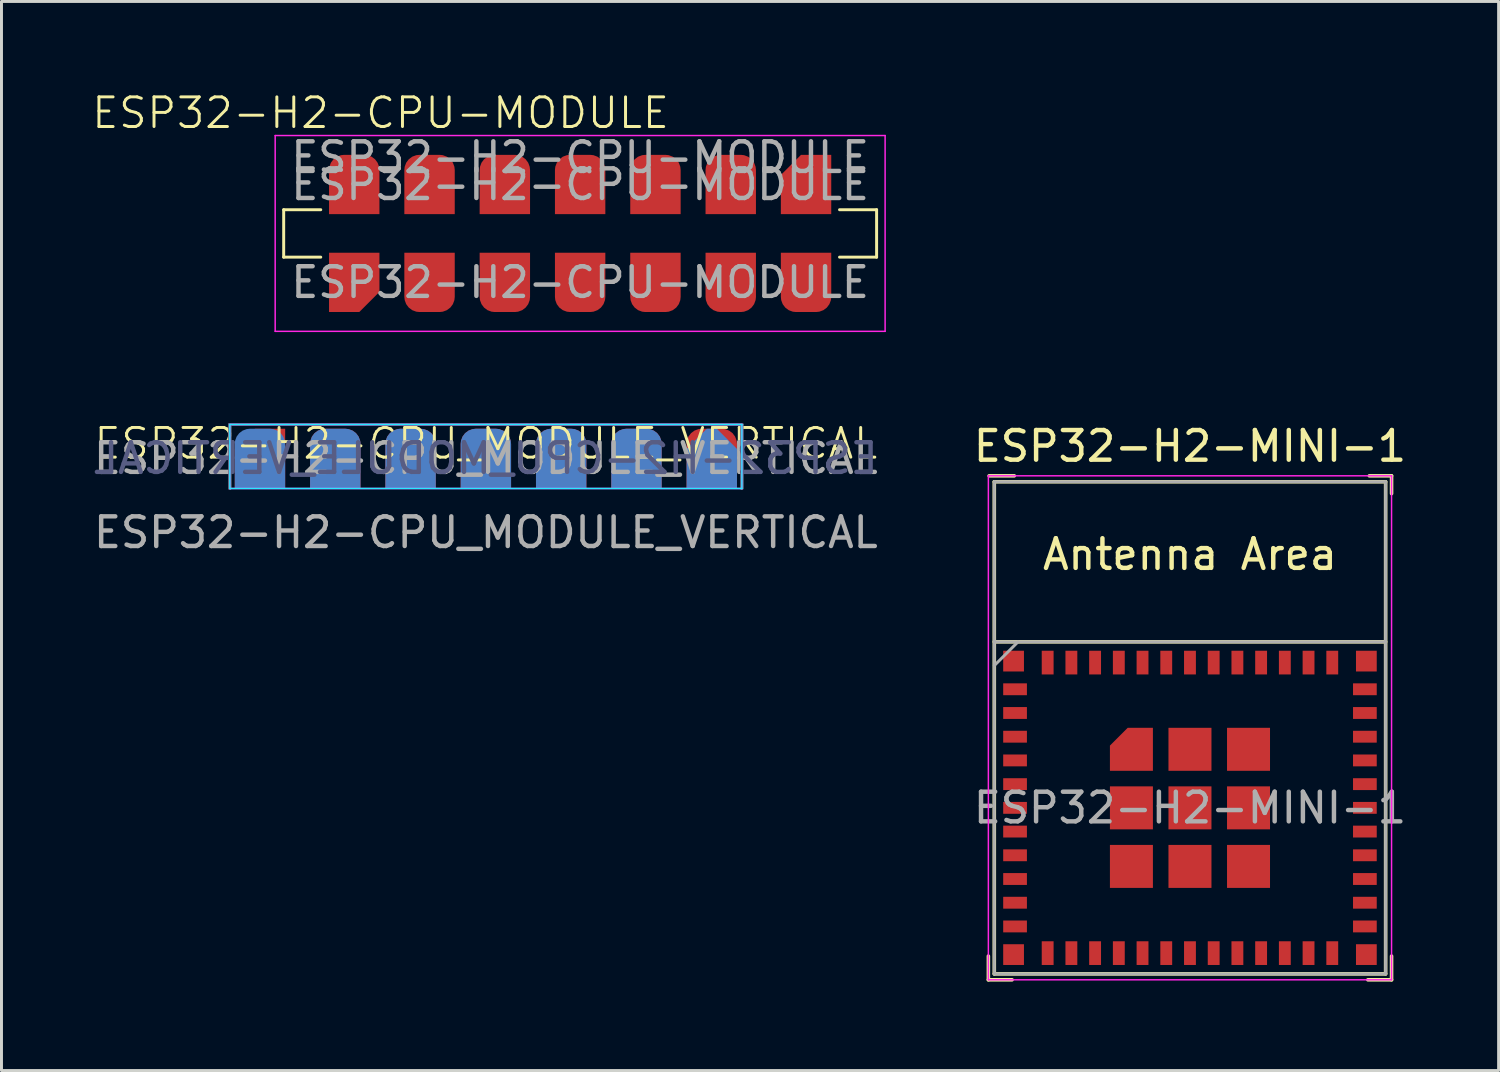
<source format=kicad_pcb>
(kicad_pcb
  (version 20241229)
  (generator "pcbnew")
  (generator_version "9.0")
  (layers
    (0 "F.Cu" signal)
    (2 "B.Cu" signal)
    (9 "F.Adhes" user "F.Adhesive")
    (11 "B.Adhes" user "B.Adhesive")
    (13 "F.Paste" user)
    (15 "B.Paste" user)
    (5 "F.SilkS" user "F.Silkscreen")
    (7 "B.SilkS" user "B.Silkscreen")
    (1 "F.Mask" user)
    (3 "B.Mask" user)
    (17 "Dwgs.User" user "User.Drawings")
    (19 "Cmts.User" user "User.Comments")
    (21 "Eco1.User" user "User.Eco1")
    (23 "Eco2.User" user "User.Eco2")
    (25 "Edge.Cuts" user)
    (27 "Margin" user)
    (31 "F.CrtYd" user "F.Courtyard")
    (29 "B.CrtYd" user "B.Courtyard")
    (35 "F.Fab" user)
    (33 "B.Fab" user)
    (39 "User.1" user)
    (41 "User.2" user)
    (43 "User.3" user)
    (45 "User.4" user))
  (footprint "ESP32-H2-MINI-1"
    (layer "F.Cu")
    (at 37.089 21.5)
    (property "Reference" "ESP32-H2-MINI-1" (at 0 -9.5 0) (layer "F.SilkS") (effects (font (size 1 1) (thickness 0.15))))
    (attr smd)
    (fp_line (start -6.8 7.7) (end -6.8 8.5) (stroke (width 0.12) (type solid)) (layer "F.SilkS"))
    (fp_line (start -6.8 8.5) (end -6 8.5) (stroke (width 0.12) (type solid)) (layer "F.SilkS"))
    (fp_line (start -6.6 -8.3) (end 6.6 -8.3) (stroke (width 0.12) (type solid)) (layer "F.SilkS"))
    (fp_line (start -6.6 -2.9) (end 6.6 -2.9) (stroke (width 0.12) (type solid)) (layer "F.SilkS"))
    (fp_line (start -6.6 8.3) (end -6.6 -8.3) (stroke (width 0.12) (type solid)) (layer "F.SilkS"))
    (fp_line (start -5.925 -8.5) (end -6.775 -8.5) (stroke (width 0.12) (type solid)) (layer "F.SilkS"))
    (fp_line (start 6.05 -8.5) (end 6.8 -8.5) (stroke (width 0.12) (type solid)) (layer "F.SilkS"))
    (fp_line (start 6.6 -8.3) (end 6.6 8.3) (stroke (width 0.12) (type solid)) (layer "F.SilkS"))
    (fp_line (start 6.6 8.3) (end -6.6 8.3) (stroke (width 0.12) (type solid)) (layer "F.SilkS"))
    (fp_line (start 6.8 -8.5) (end 6.8 -7.9) (stroke (width 0.12) (type solid)) (layer "F.SilkS"))
    (fp_line (start 6.8 7.7) (end 6.8 8.5) (stroke (width 0.12) (type solid)) (layer "F.SilkS"))
    (fp_line (start 6.8 8.5) (end 6 8.5) (stroke (width 0.12) (type solid)) (layer "F.SilkS"))
    (fp_line (start -6.8 -8.5) (end 6.8 -8.5) (stroke (width 0.05) (type solid)) (layer "F.CrtYd"))
    (fp_line (start -6.8 8.5) (end -6.8 -8.5) (stroke (width 0.05) (type solid)) (layer "F.CrtYd"))
    (fp_line (start 6.8 -8.5) (end 6.8 8.5) (stroke (width 0.05) (type solid)) (layer "F.CrtYd"))
    (fp_line (start 6.8 8.5) (end -6.8 8.5) (stroke (width 0.05) (type solid)) (layer "F.CrtYd"))
    (fp_line (start -6.6 8.3) (end -6.6 -8.3) (stroke (width 0.1) (type solid)) (layer "F.Fab"))
    (fp_line (start -6.6 8.3) (end 6.6 8.3) (stroke (width 0.1) (type solid)) (layer "F.Fab"))
    (fp_line (start -5.8 -2.9) (end -6.6 -2.1) (stroke (width 0.1) (type solid)) (layer "F.Fab"))
    (fp_line (start 6.6 -8.3) (end -6.6 -8.3) (stroke (width 0.1) (type solid)) (layer "F.Fab"))
    (fp_line (start 6.6 -2.9) (end -6.6 -2.9) (stroke (width 0.1) (type solid)) (layer "F.Fab"))
    (fp_line (start 6.6 8.3) (end 6.6 -8.3) (stroke (width 0.1) (type solid)) (layer "F.Fab"))
    (fp_text user "Antenna Area" (at 0 -5.85 0) (layer "F.SilkS") (effects (font (size 1 1) (thickness 0.15))))
    (fp_text user "${REFERENCE}" (at 0 2.7 0) (layer "F.Fab") (effects (font (size 1 1) (thickness 0.15))))
    (pad "1" smd rect (at -5.9 -1.3 90) (size 0.4 0.8) (layers "F.Cu" "F.Mask" "F.Paste"))
    (pad "2" smd rect (at -5.9 -0.5 90) (size 0.4 0.8) (layers "F.Cu" "F.Mask" "F.Paste"))
    (pad "3" smd rect (at -5.9 0.3 90) (size 0.4 0.8) (layers "F.Cu" "F.Mask" "F.Paste"))
    (pad "4" smd rect (at -5.9 1.1 90) (size 0.4 0.8) (layers "F.Cu" "F.Mask" "F.Paste"))
    (pad "5" smd rect (at -5.9 1.9 90) (size 0.4 0.8) (layers "F.Cu" "F.Mask" "F.Paste"))
    (pad "6" smd rect (at -5.9 2.7 90) (size 0.4 0.8) (layers "F.Cu" "F.Mask" "F.Paste"))
    (pad "7" smd rect (at -5.9 3.5 90) (size 0.4 0.8) (layers "F.Cu" "F.Mask" "F.Paste"))
    (pad "8" smd rect (at -5.9 4.3 90) (size 0.4 0.8) (layers "F.Cu" "F.Mask" "F.Paste"))
    (pad "9" smd rect (at -5.9 5.1 90) (size 0.4 0.8) (layers "F.Cu" "F.Mask" "F.Paste"))
    (pad "10" smd rect (at -5.9 5.9 90) (size 0.4 0.8) (layers "F.Cu" "F.Mask" "F.Paste"))
    (pad "11" smd rect (at -5.9 6.7 90) (size 0.4 0.8) (layers "F.Cu" "F.Mask" "F.Paste"))
    (pad "12" smd rect (at -4.8 7.6) (size 0.4 0.8) (layers "F.Cu" "F.Mask" "F.Paste"))
    (pad "13" smd rect (at -4 7.6) (size 0.4 0.8) (layers "F.Cu" "F.Mask" "F.Paste"))
    (pad "14" smd rect (at -3.2 7.6) (size 0.4 0.8) (layers "F.Cu" "F.Mask" "F.Paste"))
    (pad "15" smd rect (at -2.4 7.6) (size 0.4 0.8) (layers "F.Cu" "F.Mask" "F.Paste"))
    (pad "16" smd rect (at -1.6 7.6) (size 0.4 0.8) (layers "F.Cu" "F.Mask" "F.Paste"))
    (pad "17" smd rect (at -0.8 7.6) (size 0.4 0.8) (layers "F.Cu" "F.Mask" "F.Paste"))
    (pad "18" smd rect (at 0 7.6) (size 0.4 0.8) (layers "F.Cu" "F.Mask" "F.Paste"))
    (pad "19" smd rect (at 0.8 7.6) (size 0.4 0.8) (layers "F.Cu" "F.Mask" "F.Paste"))
    (pad "20" smd rect (at 1.6 7.6) (size 0.4 0.8) (layers "F.Cu" "F.Mask" "F.Paste"))
    (pad "21" smd rect (at 2.4 7.6) (size 0.4 0.8) (layers "F.Cu" "F.Mask" "F.Paste"))
    (pad "22" smd rect (at 3.2 7.6) (size 0.4 0.8) (layers "F.Cu" "F.Mask" "F.Paste"))
    (pad "23" smd rect (at 4 7.6) (size 0.4 0.8) (layers "F.Cu" "F.Mask" "F.Paste"))
    (pad "24" smd rect (at 4.8 7.6) (size 0.4 0.8) (layers "F.Cu" "F.Mask" "F.Paste"))
    (pad "25" smd rect (at 5.9 6.7 90) (size 0.4 0.8) (layers "F.Cu" "F.Mask" "F.Paste"))
    (pad "26" smd rect (at 5.9 5.9 90) (size 0.4 0.8) (layers "F.Cu" "F.Mask" "F.Paste"))
    (pad "27" smd rect (at 5.9 5.1 90) (size 0.4 0.8) (layers "F.Cu" "F.Mask" "F.Paste"))
    (pad "28" smd rect (at 5.9 4.3 90) (size 0.4 0.8) (layers "F.Cu" "F.Mask" "F.Paste"))
    (pad "29" smd rect (at 5.9 3.5 90) (size 0.4 0.8) (layers "F.Cu" "F.Mask" "F.Paste"))
    (pad "30" smd rect (at 5.9 2.7 90) (size 0.4 0.8) (layers "F.Cu" "F.Mask" "F.Paste"))
    (pad "31" smd rect (at 5.9 1.9 90) (size 0.4 0.8) (layers "F.Cu" "F.Mask" "F.Paste"))
    (pad "32" smd rect (at 5.9 1.1 90) (size 0.4 0.8) (layers "F.Cu" "F.Mask" "F.Paste"))
    (pad "33" smd rect (at 5.9 0.3 90) (size 0.4 0.8) (layers "F.Cu" "F.Mask" "F.Paste"))
    (pad "34" smd rect (at 5.9 -0.5 90) (size 0.4 0.8) (layers "F.Cu" "F.Mask" "F.Paste"))
    (pad "35" smd rect (at 5.9 -1.3 90) (size 0.4 0.8) (layers "F.Cu" "F.Mask" "F.Paste"))
    (pad "36" smd rect (at 4.8 -2.2) (size 0.4 0.8) (layers "F.Cu" "F.Mask" "F.Paste"))
    (pad "37" smd rect (at 4 -2.2) (size 0.4 0.8) (layers "F.Cu" "F.Mask" "F.Paste"))
    (pad "38" smd rect (at 3.2 -2.2) (size 0.4 0.8) (layers "F.Cu" "F.Mask" "F.Paste"))
    (pad "39" smd rect (at 2.4 -2.2) (size 0.4 0.8) (layers "F.Cu" "F.Mask" "F.Paste"))
    (pad "40" smd rect (at 1.6 -2.2) (size 0.4 0.8) (layers "F.Cu" "F.Mask" "F.Paste"))
    (pad "41" smd rect (at 0.8 -2.2) (size 0.4 0.8) (layers "F.Cu" "F.Mask" "F.Paste"))
    (pad "42" smd rect (at 0 -2.2) (size 0.4 0.8) (layers "F.Cu" "F.Mask" "F.Paste"))
    (pad "43" smd rect (at -0.8 -2.2) (size 0.4 0.8) (layers "F.Cu" "F.Mask" "F.Paste"))
    (pad "44" smd rect (at -1.6 -2.2) (size 0.4 0.8) (layers "F.Cu" "F.Mask" "F.Paste"))
    (pad "45" smd rect (at -2.4 -2.2) (size 0.4 0.8) (layers "F.Cu" "F.Mask" "F.Paste"))
    (pad "46" smd rect (at -3.2 -2.2) (size 0.4 0.8) (layers "F.Cu" "F.Mask" "F.Paste"))
    (pad "47" smd rect (at -4 -2.2) (size 0.4 0.8) (layers "F.Cu" "F.Mask" "F.Paste"))
    (pad "48" smd rect (at -4.8 -2.2) (size 0.4 0.8) (layers "F.Cu" "F.Mask" "F.Paste"))
    (pad "49" smd custom (at -1.975 0.725) (size 0.8 0.8) (layers "F.Cu" "F.Mask" "F.Paste") (options (anchor rect)) (primitives (gr_poly (pts (xy 0.725 0.725) (xy -0.725 0.725) (xy -0.725 -0.125) (xy -0.125 -0.725) (xy 0.725 -0.725)) (width 0) (fill yes))))
    (pad "49" smd rect (at -1.975 2.7 90) (size 1.45 1.45) (layers "F.Cu" "F.Mask" "F.Paste"))
    (pad "49" smd rect (at -1.975 4.675 90) (size 1.45 1.45) (layers "F.Cu" "F.Mask" "F.Paste"))
    (pad "49" smd rect (at 0 0.725 90) (size 1.45 1.45) (layers "F.Cu" "F.Mask" "F.Paste"))
    (pad "49" smd rect (at 0 2.7 90) (size 1.45 1.45) (layers "F.Cu" "F.Mask" "F.Paste"))
    (pad "49" smd rect (at 0 4.675 90) (size 1.45 1.45) (layers "F.Cu" "F.Mask" "F.Paste"))
    (pad "49" smd rect (at 1.975 0.725 90) (size 1.45 1.45) (layers "F.Cu" "F.Mask" "F.Paste"))
    (pad "49" smd rect (at 1.975 2.7 90) (size 1.45 1.45) (layers "F.Cu" "F.Mask" "F.Paste"))
    (pad "49" smd rect (at 1.975 4.675 90) (size 1.45 1.45) (layers "F.Cu" "F.Mask" "F.Paste"))
    (pad "50" smd rect (at 5.95 -2.25 90) (size 0.7 0.7) (layers "F.Cu" "F.Mask" "F.Paste"))
    (pad "51" smd rect (at 5.95 7.65 90) (size 0.7 0.7) (layers "F.Cu" "F.Mask" "F.Paste"))
    (pad "52" smd rect (at -5.95 7.65 90) (size 0.7 0.7) (layers "F.Cu" "F.Mask" "F.Paste"))
    (pad "53" smd rect (at -5.95 -2.25 90) (size 0.7 0.7) (layers "F.Cu" "F.Mask" "F.Paste"))
    (zone (net_name "") (layers "F.Cu" "B.Cu") (name "antenna keepout") (hatch edge 0.508) (connect_pads) (min_thickness 0.254) (filled_areas_thickness no) (keepout (tracks not_allowed) (vias not_allowed) (pads not_allowed) (copperpour not_allowed) (footprints not_allowed)) (placement (enabled no)) (fill) (polygon (pts (xy 43.689 18.6) (xy 30.489 18.6) (xy 30.489 13.2) (xy 43.689 13.2)))))
  (footprint "ESP32-H2-CPU-MODULE"
    (layer "F.Cu")
    (at 16.519 4.824)
    (property "Reference" "ESP32-H2-CPU-MODULE" (at -6.731 -4.064 0) (unlocked yes) (layer "F.SilkS") (effects (font (size 1 1) (thickness 0.1))))
    (attr smd)
    (fp_line (start -10 -0.8) (end -10 0.8) (stroke (width 0.1) (type default)) (layer "F.SilkS"))
    (fp_line (start -10 0.8) (end -8.75 0.8) (stroke (width 0.1) (type default)) (layer "F.SilkS"))
    (fp_line (start -8.75 -0.8) (end -10 -0.8) (stroke (width 0.1) (type default)) (layer "F.SilkS"))
    (fp_line (start 8.75 -0.8) (end 10 -0.8) (stroke (width 0.1) (type default)) (layer "F.SilkS"))
    (fp_line (start 10 -0.8) (end 10 0.8) (stroke (width 0.1) (type default)) (layer "F.SilkS"))
    (fp_line (start 10 0.8) (end 8.75 0.8) (stroke (width 0.1) (type default)) (layer "F.SilkS"))
    (fp_line (start -10.287 -3.302) (end -10.287 3.302) (stroke (width 0.05) (type solid)) (layer "F.CrtYd"))
    (fp_line (start -10.287 3.302) (end 10.287 3.302) (stroke (width 0.05) (type solid)) (layer "F.CrtYd"))
    (fp_line (start 10.287 -3.302) (end -10.287 -3.302) (stroke (width 0.05) (type solid)) (layer "F.CrtYd"))
    (fp_line (start 10.287 -3.302) (end 10.287 3.302) (stroke (width 0.05) (type solid)) (layer "F.CrtYd"))
    (fp_text user "${REFERENCE}" (at 0 -2.563 0) (unlocked yes) (layer "F.Fab") (effects (font (size 1 1) (thickness 0.15))))
    (fp_text user "${REFERENCE}" (at 0 -1.651 0) (layer "F.Fab") (effects (font (size 1 1) (thickness 0.15))))
    (fp_text user "${REFERENCE}" (at 0 1.651 180) (layer "F.Fab") (effects (font (size 1 1) (thickness 0.15))))
    (pad "1" smd roundrect (at -7.62 1.651 270) (size 2 1.7) (layers "F.Cu" "F.Mask") (roundrect_rratio 0) (chamfer_ratio 0.4) (chamfer top_right))
    (pad "2" smd roundrect (at -5.08 1.651 270) (size 2 1.7) (layers "F.Cu" "F.Mask") (roundrect_rratio 0.3) (chamfer_ratio 0) (chamfer top_left bottom_left))
    (pad "3" smd roundrect (at -2.54 1.651 270) (size 2 1.7) (layers "F.Cu" "F.Mask") (roundrect_rratio 0.3) (chamfer_ratio 0) (chamfer top_left bottom_left))
    (pad "4" smd roundrect (at 0 1.651 270) (size 2 1.7) (layers "F.Cu" "F.Mask") (roundrect_rratio 0.3) (chamfer_ratio 0) (chamfer top_left bottom_left))
    (pad "5" smd roundrect (at 2.54 1.651 270) (size 2 1.7) (layers "F.Cu" "F.Mask") (roundrect_rratio 0.3) (chamfer_ratio 0) (chamfer top_left bottom_left))
    (pad "6" smd roundrect (at 5.08 1.651 270) (size 2 1.7) (layers "F.Cu" "F.Mask") (roundrect_rratio 0.3) (chamfer_ratio 0) (chamfer top_left bottom_left))
    (pad "7" smd roundrect (at 7.62 1.651 270) (size 2 1.7) (layers "F.Cu" "F.Mask") (roundrect_rratio 0.3) (chamfer_ratio 0) (chamfer top_left bottom_left))
    (pad "8" smd roundrect (at 7.62 -1.651 90) (size 2 1.7) (layers "F.Cu" "F.Mask") (roundrect_rratio 0) (chamfer_ratio 0.4) (chamfer top_right))
    (pad "9" smd roundrect (at 5.08 -1.651 90) (size 2 1.7) (layers "F.Cu" "F.Mask") (roundrect_rratio 0.3) (chamfer_ratio 0) (chamfer top_left bottom_left))
    (pad "10" smd roundrect (at 2.54 -1.651 90) (size 2 1.7) (layers "F.Cu" "F.Mask") (roundrect_rratio 0.3) (chamfer_ratio 0) (chamfer top_left bottom_left))
    (pad "11" smd roundrect (at 0 -1.651 90) (size 2 1.7) (layers "F.Cu" "F.Mask") (roundrect_rratio 0.3) (chamfer_ratio 0) (chamfer top_left bottom_left))
    (pad "12" smd roundrect (at -2.54 -1.651 90) (size 2 1.7) (layers "F.Cu" "F.Mask") (roundrect_rratio 0.3) (chamfer_ratio 0) (chamfer top_left bottom_left))
    (pad "13" smd roundrect (at -5.08 -1.651 90) (size 2 1.7) (layers "F.Cu" "F.Mask") (roundrect_rratio 0.3) (chamfer_ratio 0) (chamfer top_left bottom_left))
    (pad "14" smd roundrect (at -7.62 -1.651 90) (size 2 1.7) (layers "F.Cu" "F.Mask") (roundrect_rratio 0.3) (chamfer_ratio 0) (chamfer top_left bottom_left)))
  (footprint "ESP32-H2-CPU_MODULE_VERTICAL"
    (layer "F.Cu")
    (at 13.339 12.412)
    (property "Reference" "ESP32-H2-CPU_MODULE_VERTICAL" (at 0 -0.5 0) (unlocked yes) (layer "F.SilkS") (effects (font (size 1 1) (thickness 0.1))))
    (attr smd)
    (fp_line (start -8.636 -1.143) (end 8.636 -1.143) (stroke (width 0.05) (type solid)) (layer "B.CrtYd"))
    (fp_line (start -8.636 1.016) (end -8.636 -1.143) (stroke (width 0.05) (type solid)) (layer "B.CrtYd"))
    (fp_line (start 8.636 1.016) (end -8.636 1.016) (stroke (width 0.05) (type solid)) (layer "B.CrtYd"))
    (fp_line (start 8.636 1.016) (end 8.636 -1.143) (stroke (width 0.05) (type solid)) (layer "B.CrtYd"))
    (fp_line (start -8.636 1.016) (end -8.636 -1.143) (stroke (width 0.05) (type solid)) (layer "F.CrtYd"))
    (fp_line (start -8.636 1.016) (end 8.636 1.016) (stroke (width 0.05) (type solid)) (layer "F.CrtYd"))
    (fp_line (start 8.636 -1.143) (end -8.636 -1.143) (stroke (width 0.05) (type solid)) (layer "F.CrtYd"))
    (fp_line (start 8.636 1.016) (end 8.636 -1.143) (stroke (width 0.05) (type solid)) (layer "F.CrtYd"))
    (fp_line (start -8.636 -1.143) (end -8.636 1.016) (stroke (width 0.1) (type solid)) (layer "B.Fab"))
    (fp_line (start 8.636 -1.143) (end -8.636 -1.143) (stroke (width 0.1) (type solid)) (layer "B.Fab"))
    (fp_line (start 8.636 1.016) (end 8.636 -1.143) (stroke (width 0.1) (type solid)) (layer "B.Fab"))
    (fp_line (start -8.636 -1.143) (end 8.636 -1.143) (stroke (width 0.1) (type solid)) (layer "F.Fab"))
    (fp_line (start -8.636 1.016) (end -8.636 -1.143) (stroke (width 0.1) (type solid)) (layer "F.Fab"))
    (fp_line (start 8.636 -1.143) (end 8.636 1.016) (stroke (width 0.1) (type solid)) (layer "F.Fab"))
    (fp_text user "${REFERENCE}" (at 0 0 180) (layer "B.Fab") (effects (font (size 1 1) (thickness 0.15)) (justify mirror)))
    (fp_text user "${REFERENCE}" (at 0 2.5 0) (unlocked yes) (layer "F.Fab") (effects (font (size 1 1) (thickness 0.15))))
    (fp_text user "${REFERENCE}" (at 0 0 180) (layer "F.Fab") (effects (font (size 1 1) (thickness 0.15))))
    (pad "1" smd roundrect (at -7.62 0 90) (size 2 1.7) (layers "F.Cu" "F.Mask") (roundrect_rratio 0) (chamfer_ratio 0.4) (chamfer top_right))
    (pad "2" smd roundrect (at -5.08 0 90) (size 2 1.7) (layers "F.Cu" "F.Mask") (roundrect_rratio 0.3) (chamfer_ratio 0) (chamfer top_left bottom_left))
    (pad "3" smd roundrect (at -2.54 0 90) (size 2 1.7) (layers "F.Cu" "F.Mask") (roundrect_rratio 0.3) (chamfer_ratio 0) (chamfer top_left bottom_left))
    (pad "4" smd roundrect (at 0 0 90) (size 2 1.7) (layers "F.Cu" "F.Mask") (roundrect_rratio 0.3) (chamfer_ratio 0) (chamfer top_left bottom_left))
    (pad "5" smd roundrect (at 2.54 0 90) (size 2 1.7) (layers "F.Cu" "F.Mask") (roundrect_rratio 0.3) (chamfer_ratio 0) (chamfer top_left bottom_left))
    (pad "6" smd roundrect (at 5.08 0 90) (size 2 1.7) (layers "F.Cu" "F.Mask") (roundrect_rratio 0.3) (chamfer_ratio 0) (chamfer top_left bottom_left))
    (pad "7" smd roundrect (at 7.62 0 90) (size 2 1.7) (layers "F.Cu" "F.Mask") (roundrect_rratio 0.3) (chamfer_ratio 0) (chamfer top_left bottom_left))
    (pad "8" smd roundrect (at -7.62 0 270) (size 2 1.7) (layers "B.Cu" "B.Mask") (roundrect_rratio 0.3) (chamfer_ratio 0) (chamfer top_right bottom_right))
    (pad "9" smd roundrect (at -5.08 0 270) (size 2 1.7) (layers "B.Cu" "B.Mask") (roundrect_rratio 0.3) (chamfer_ratio 0) (chamfer top_right bottom_right))
    (pad "10" smd roundrect (at -2.54 0 270) (size 2 1.7) (layers "B.Cu" "B.Mask") (roundrect_rratio 0.3) (chamfer_ratio 0) (chamfer top_right bottom_right))
    (pad "11" smd roundrect (at 0 0 270) (size 2 1.7) (layers "B.Cu" "B.Mask") (roundrect_rratio 0.3) (chamfer_ratio 0) (chamfer top_right bottom_right))
    (pad "12" smd roundrect (at 2.54 0 270) (size 2 1.7) (layers "B.Cu" "B.Mask") (roundrect_rratio 0.3) (chamfer_ratio 0) (chamfer top_right bottom_right))
    (pad "13" smd roundrect (at 5.08 0 270) (size 2 1.7) (layers "B.Cu" "B.Mask") (roundrect_rratio 0.3) (chamfer_ratio 0) (chamfer top_right bottom_right))
    (pad "14" smd roundrect (at 7.62 0 270) (size 2 1.7) (layers "B.Cu" "B.Mask") (roundrect_rratio 0) (chamfer_ratio 0.4) (chamfer top_left bottom_left)))
  (gr_rect
    (start -3 -3)
    (end 47.5 33.06)
    (stroke (width 0.1) (type default))
    (fill no)
    (layer "Edge.Cuts")))
</source>
